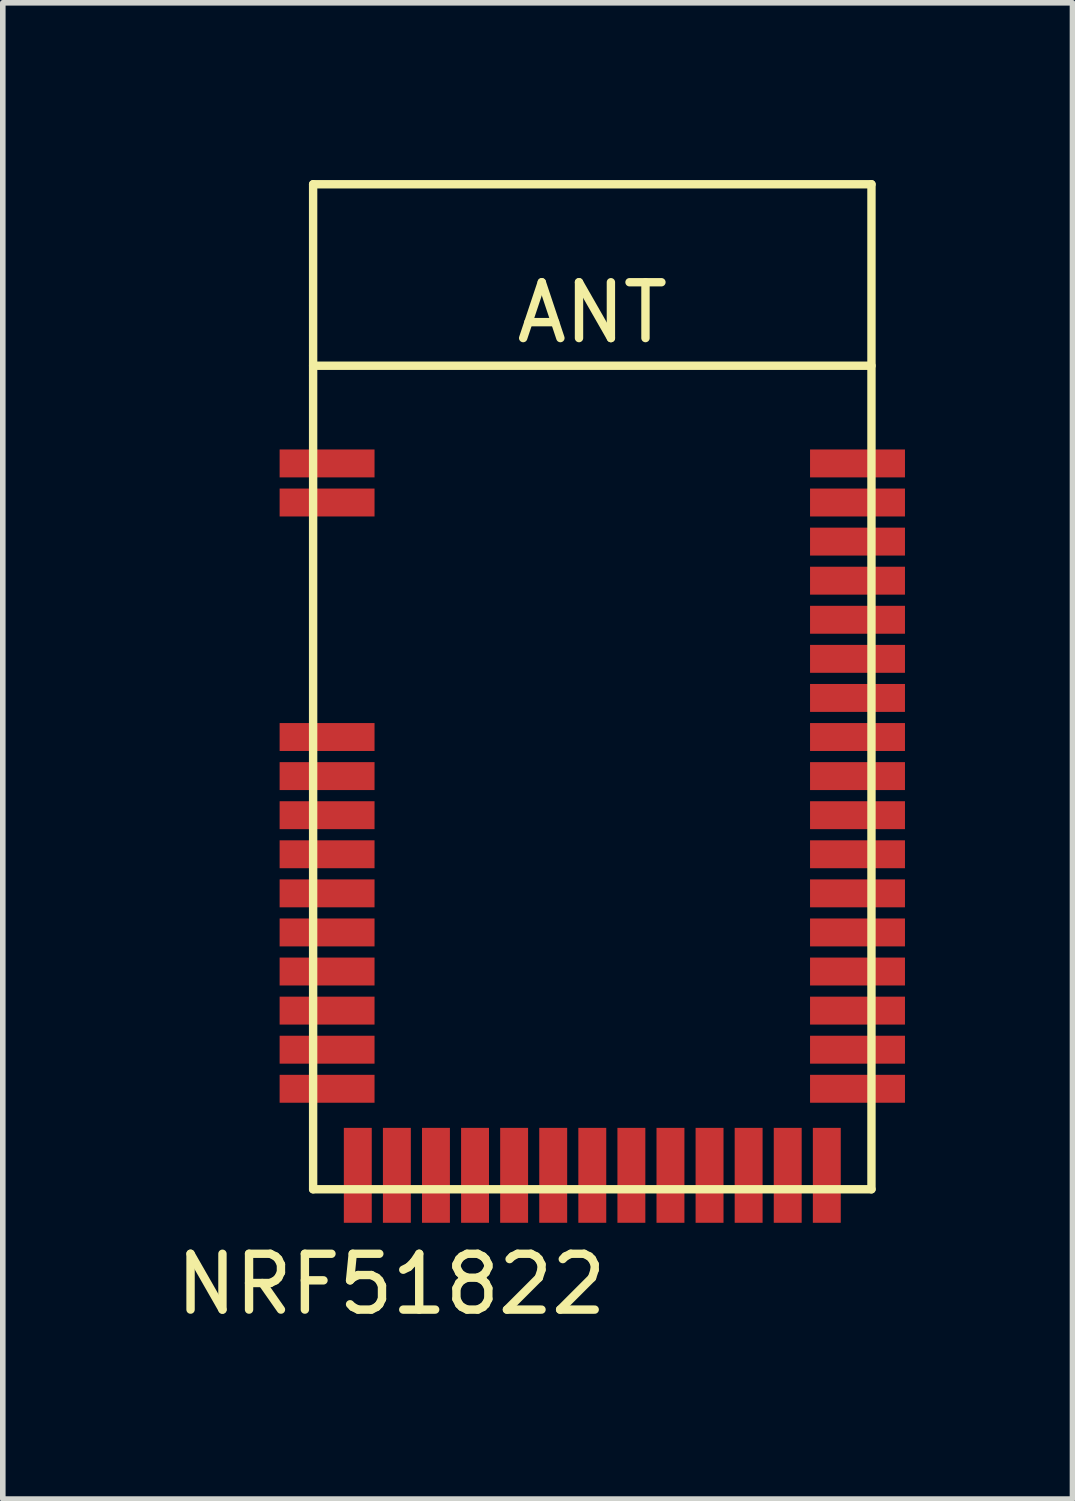
<source format=kicad_pcb>
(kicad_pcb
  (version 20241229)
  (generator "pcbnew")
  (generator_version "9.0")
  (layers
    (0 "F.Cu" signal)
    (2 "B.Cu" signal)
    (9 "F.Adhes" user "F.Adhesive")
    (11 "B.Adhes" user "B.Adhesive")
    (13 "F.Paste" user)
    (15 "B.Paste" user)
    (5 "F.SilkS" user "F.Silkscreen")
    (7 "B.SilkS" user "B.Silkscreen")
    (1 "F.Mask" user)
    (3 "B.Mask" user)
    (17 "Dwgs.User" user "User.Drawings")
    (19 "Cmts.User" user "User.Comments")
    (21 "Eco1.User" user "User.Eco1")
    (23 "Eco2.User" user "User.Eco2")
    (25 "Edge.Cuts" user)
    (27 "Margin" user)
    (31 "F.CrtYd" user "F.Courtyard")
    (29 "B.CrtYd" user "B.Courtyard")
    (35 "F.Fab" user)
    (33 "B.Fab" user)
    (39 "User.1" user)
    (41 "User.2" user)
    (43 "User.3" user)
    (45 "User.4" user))
  (footprint "NRF51822"
    (layer "F.Cu")
    (at 2.558 0.25)
    (property "Reference" "NRF51822" (at 1.4 19.7 0) (layer "F.SilkS") (effects (font (size 1 1) (thickness 0.15))))
    (attr through_hole)
    (fp_line (start 0 0) (end 10 0) (stroke (width 0.15) (type solid)) (layer "F.SilkS"))
    (fp_line (start 0 3.25) (end 10 3.25) (stroke (width 0.15) (type solid)) (layer "F.SilkS"))
    (fp_line (start 0 18) (end 0 0) (stroke (width 0.15) (type solid)) (layer "F.SilkS"))
    (fp_line (start 10 0) (end 10 18) (stroke (width 0.15) (type solid)) (layer "F.SilkS"))
    (fp_line (start 10 18) (end 0 18) (stroke (width 0.15) (type solid)) (layer "F.SilkS"))
    (fp_text user "ANT" (at 5 2.3 0) (layer "F.SilkS") (effects (font (size 1 1) (thickness 0.15))))
    (pad "1" smd rect (at 0.25 5) (size 1.7 0.5) (layers "F.Cu" "F.Mask" "F.Paste"))
    (pad "2" smd rect (at 0.25 5.7) (size 1.7 0.5) (layers "F.Cu" "F.Mask" "F.Paste"))
    (pad "3" smd rect (at 0.25 9.9) (size 1.7 0.5) (layers "F.Cu" "F.Mask" "F.Paste"))
    (pad "4" smd rect (at 0.25 10.6) (size 1.7 0.5) (layers "F.Cu" "F.Mask" "F.Paste"))
    (pad "5" smd rect (at 0.25 11.3) (size 1.7 0.5) (layers "F.Cu" "F.Mask" "F.Paste"))
    (pad "6" smd rect (at 0.25 12) (size 1.7 0.5) (layers "F.Cu" "F.Mask" "F.Paste"))
    (pad "7" smd rect (at 0.25 12.7) (size 1.7 0.5) (layers "F.Cu" "F.Mask" "F.Paste"))
    (pad "8" smd rect (at 0.25 13.4) (size 1.7 0.5) (layers "F.Cu" "F.Mask" "F.Paste"))
    (pad "9" smd rect (at 0.25 14.1) (size 1.7 0.5) (layers "F.Cu" "F.Mask" "F.Paste"))
    (pad "10" smd rect (at 0.25 14.8) (size 1.7 0.5) (layers "F.Cu" "F.Mask" "F.Paste"))
    (pad "11" smd rect (at 0.25 15.5) (size 1.7 0.5) (layers "F.Cu" "F.Mask" "F.Paste"))
    (pad "12" smd rect (at 0.25 16.2) (size 1.7 0.5) (layers "F.Cu" "F.Mask" "F.Paste"))
    (pad "13" smd rect (at 0.8 17.75) (size 0.5 1.7) (layers "F.Cu" "F.Mask" "F.Paste"))
    (pad "14" smd rect (at 1.5 17.75) (size 0.5 1.7) (layers "F.Cu" "F.Mask" "F.Paste"))
    (pad "15" smd rect (at 2.2 17.75) (size 0.5 1.7) (layers "F.Cu" "F.Mask" "F.Paste"))
    (pad "16" smd rect (at 2.9 17.75) (size 0.5 1.7) (layers "F.Cu" "F.Mask" "F.Paste"))
    (pad "17" smd rect (at 3.6 17.75) (size 0.5 1.7) (layers "F.Cu" "F.Mask" "F.Paste"))
    (pad "18" smd rect (at 4.3 17.75) (size 0.5 1.7) (layers "F.Cu" "F.Mask" "F.Paste"))
    (pad "19" smd rect (at 5 17.75) (size 0.5 1.7) (layers "F.Cu" "F.Mask" "F.Paste"))
    (pad "20" smd rect (at 5.7 17.75) (size 0.5 1.7) (layers "F.Cu" "F.Mask" "F.Paste"))
    (pad "21" smd rect (at 6.4 17.75) (size 0.5 1.7) (layers "F.Cu" "F.Mask" "F.Paste"))
    (pad "22" smd rect (at 7.1 17.75) (size 0.5 1.7) (layers "F.Cu" "F.Mask" "F.Paste"))
    (pad "23" smd rect (at 7.8 17.75) (size 0.5 1.7) (layers "F.Cu" "F.Mask" "F.Paste"))
    (pad "24" smd rect (at 8.5 17.75) (size 0.5 1.7) (layers "F.Cu" "F.Mask" "F.Paste"))
    (pad "25" smd rect (at 9.2 17.75) (size 0.5 1.7) (layers "F.Cu" "F.Mask" "F.Paste"))
    (pad "26" smd rect (at 9.75 16.2) (size 1.7 0.5) (layers "F.Cu" "F.Mask" "F.Paste"))
    (pad "27" smd rect (at 9.75 15.5) (size 1.7 0.5) (layers "F.Cu" "F.Mask" "F.Paste"))
    (pad "28" smd rect (at 9.75 14.8) (size 1.7 0.5) (layers "F.Cu" "F.Mask" "F.Paste"))
    (pad "29" smd rect (at 9.75 14.1) (size 1.7 0.5) (layers "F.Cu" "F.Mask" "F.Paste"))
    (pad "30" smd rect (at 9.75 13.4) (size 1.7 0.5) (layers "F.Cu" "F.Mask" "F.Paste"))
    (pad "31" smd rect (at 9.75 12.7) (size 1.7 0.5) (layers "F.Cu" "F.Mask" "F.Paste"))
    (pad "32" smd rect (at 9.75 12) (size 1.7 0.5) (layers "F.Cu" "F.Mask" "F.Paste"))
    (pad "33" smd rect (at 9.75 11.3) (size 1.7 0.5) (layers "F.Cu" "F.Mask" "F.Paste"))
    (pad "34" smd rect (at 9.75 10.6) (size 1.7 0.5) (layers "F.Cu" "F.Mask" "F.Paste"))
    (pad "35" smd rect (at 9.75 9.9) (size 1.7 0.5) (layers "F.Cu" "F.Mask" "F.Paste"))
    (pad "36" smd rect (at 9.75 9.2) (size 1.7 0.5) (layers "F.Cu" "F.Mask" "F.Paste"))
    (pad "37" smd rect (at 9.75 8.5) (size 1.7 0.5) (layers "F.Cu" "F.Mask" "F.Paste"))
    (pad "38" smd rect (at 9.75 7.8) (size 1.7 0.5) (layers "F.Cu" "F.Mask" "F.Paste"))
    (pad "39" smd rect (at 9.75 7.1) (size 1.7 0.5) (layers "F.Cu" "F.Mask" "F.Paste"))
    (pad "40" smd rect (at 9.75 6.4) (size 1.7 0.5) (layers "F.Cu" "F.Mask" "F.Paste"))
    (pad "41" smd rect (at 9.75 5.7) (size 1.7 0.5) (layers "F.Cu" "F.Mask" "F.Paste"))
    (pad "42" smd rect (at 9.75 5) (size 1.7 0.5) (layers "F.Cu" "F.Mask" "F.Paste")))
  (gr_rect
    (start -3 -3)
    (end 16.158 23.798)
    (stroke (width 0.1) (type default))
    (fill no)
    (layer "Edge.Cuts")))
</source>
